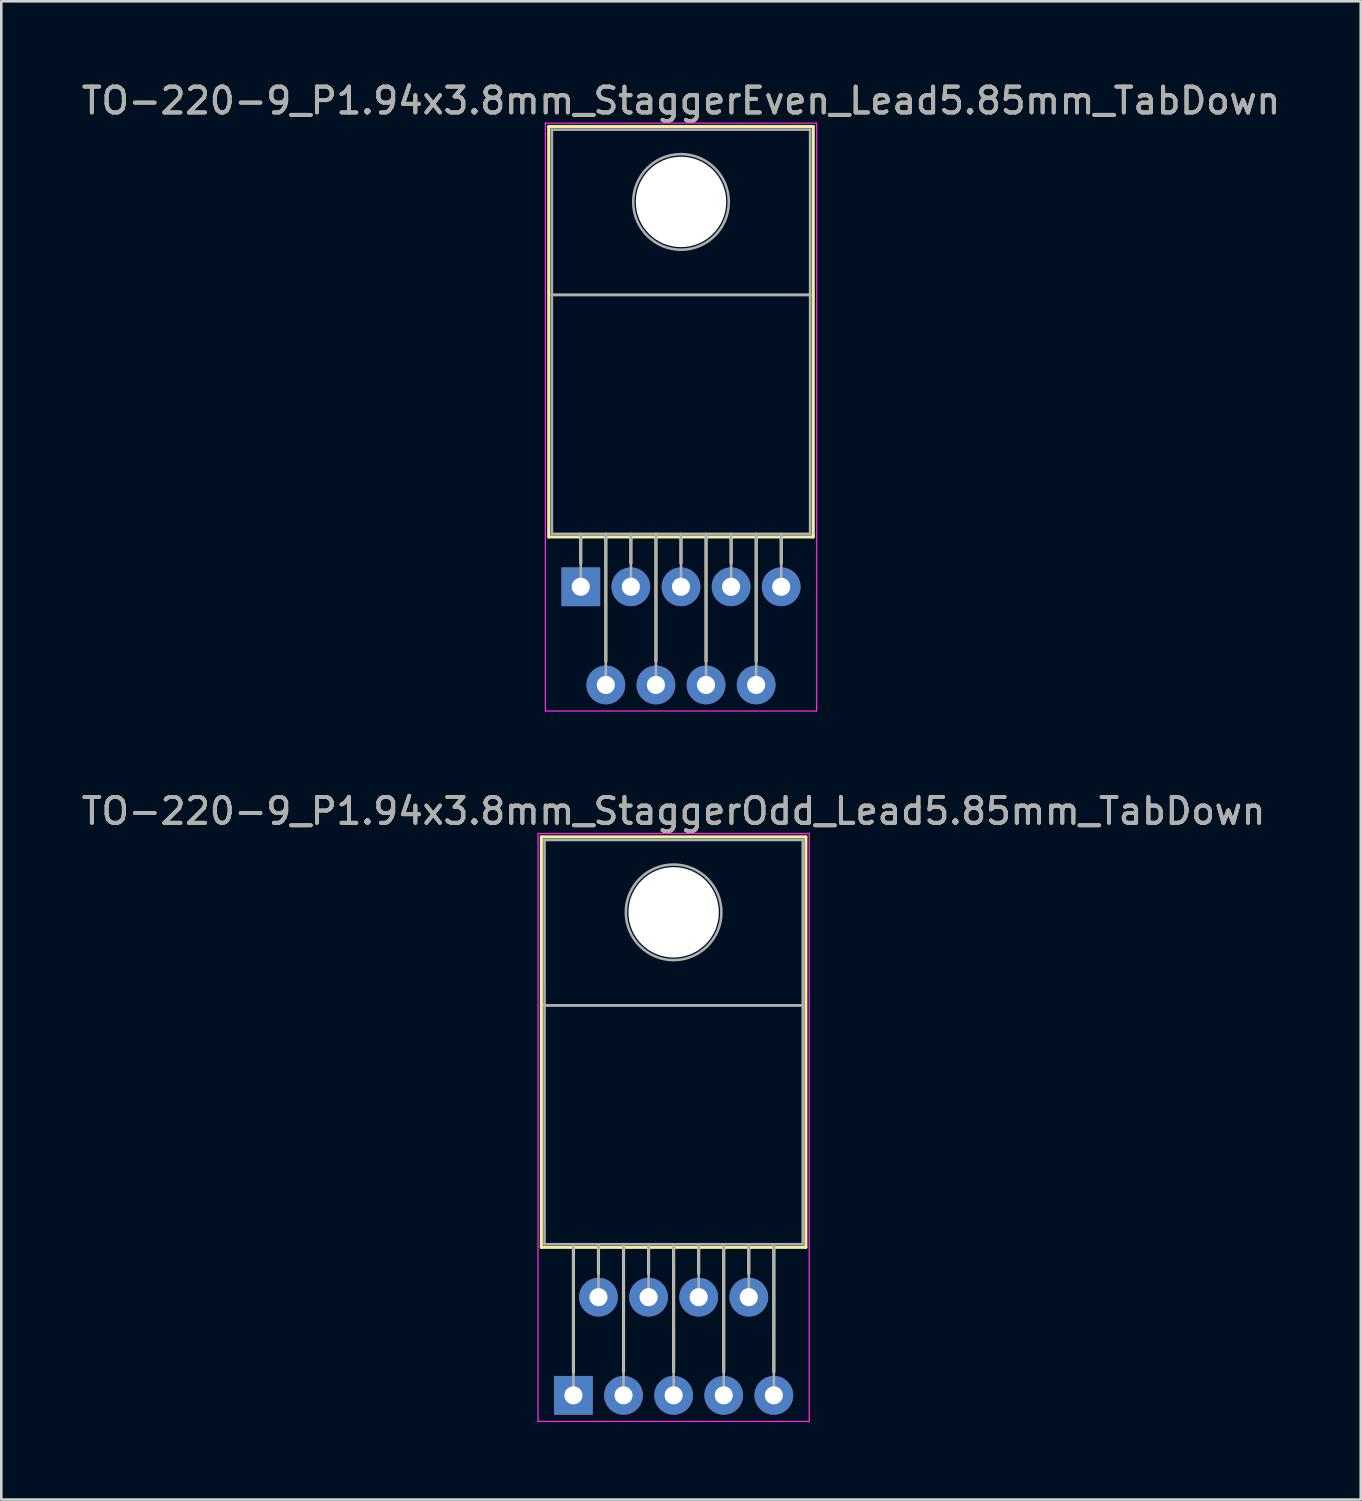
<source format=kicad_pcb>
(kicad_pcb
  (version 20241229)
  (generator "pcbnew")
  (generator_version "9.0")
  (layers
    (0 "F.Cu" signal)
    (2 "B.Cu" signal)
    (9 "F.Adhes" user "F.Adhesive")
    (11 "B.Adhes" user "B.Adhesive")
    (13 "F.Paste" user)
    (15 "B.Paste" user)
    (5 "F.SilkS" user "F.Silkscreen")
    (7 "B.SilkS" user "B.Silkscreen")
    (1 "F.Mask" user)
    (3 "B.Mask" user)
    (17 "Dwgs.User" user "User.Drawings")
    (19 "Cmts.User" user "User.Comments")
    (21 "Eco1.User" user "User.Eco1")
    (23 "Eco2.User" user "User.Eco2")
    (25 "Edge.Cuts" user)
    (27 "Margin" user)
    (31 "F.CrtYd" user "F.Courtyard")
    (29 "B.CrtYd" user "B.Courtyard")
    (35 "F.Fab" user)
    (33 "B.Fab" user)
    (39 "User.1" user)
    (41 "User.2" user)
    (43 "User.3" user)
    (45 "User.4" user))
  (footprint "TO-220-9_P1.94x3.8mm_StaggerEven_Lead5.85mm_TabDown"
    (layer "F.Cu")
    (at 19.435 19.668)
    (property "Reference" "TO-220-9_P1.94x3.8mm_StaggerEven_Lead5.85mm_TabDown" (at 3.88 -18.82 0) (layer "F.SilkS") (effects (font (size 1 1) (thickness 0.15))))
    (attr through_hole)
    (fp_line (start -1.241 -17.82) (end -1.241 -1.93) (stroke (width 0.12) (type solid)) (layer "F.SilkS"))
    (fp_line (start -1.241 -17.82) (end 9 -17.82) (stroke (width 0.12) (type solid)) (layer "F.SilkS"))
    (fp_line (start -1.241 -1.93) (end 9 -1.93) (stroke (width 0.12) (type solid)) (layer "F.SilkS"))
    (fp_line (start 0 -1.93) (end 0 -0.9) (stroke (width 0.12) (type solid)) (layer "F.SilkS"))
    (fp_line (start 0.97 -1.93) (end 0.97 2.885) (stroke (width 0.12) (type solid)) (layer "F.SilkS"))
    (fp_line (start 1.94 -1.93) (end 1.94 -0.916) (stroke (width 0.12) (type solid)) (layer "F.SilkS"))
    (fp_line (start 2.91 -1.93) (end 2.91 2.885) (stroke (width 0.12) (type solid)) (layer "F.SilkS"))
    (fp_line (start 3.88 -1.93) (end 3.88 -0.916) (stroke (width 0.12) (type solid)) (layer "F.SilkS"))
    (fp_line (start 4.85 -1.93) (end 4.85 2.885) (stroke (width 0.12) (type solid)) (layer "F.SilkS"))
    (fp_line (start 5.82 -1.93) (end 5.82 -0.916) (stroke (width 0.12) (type solid)) (layer "F.SilkS"))
    (fp_line (start 6.79 -1.93) (end 6.79 2.885) (stroke (width 0.12) (type solid)) (layer "F.SilkS"))
    (fp_line (start 7.76 -1.93) (end 7.76 -0.916) (stroke (width 0.12) (type solid)) (layer "F.SilkS"))
    (fp_line (start 9 -17.82) (end 9 -1.93) (stroke (width 0.12) (type solid)) (layer "F.SilkS"))
    (fp_line (start -1.37 -17.95) (end -1.37 4.81) (stroke (width 0.05) (type solid)) (layer "F.CrtYd"))
    (fp_line (start -1.37 4.81) (end 9.13 4.81) (stroke (width 0.05) (type solid)) (layer "F.CrtYd"))
    (fp_line (start 9.13 -17.95) (end -1.37 -17.95) (stroke (width 0.05) (type solid)) (layer "F.CrtYd"))
    (fp_line (start 9.13 4.81) (end 9.13 -17.95) (stroke (width 0.05) (type solid)) (layer "F.CrtYd"))
    (fp_line (start -1.12 -17.7) (end 8.88 -17.7) (stroke (width 0.1) (type solid)) (layer "F.Fab"))
    (fp_line (start -1.12 -11.3) (end -1.12 -17.7) (stroke (width 0.1) (type solid)) (layer "F.Fab"))
    (fp_line (start -1.12 -11.3) (end 8.88 -11.3) (stroke (width 0.1) (type solid)) (layer "F.Fab"))
    (fp_line (start -1.12 -2.05) (end -1.12 -11.3) (stroke (width 0.1) (type solid)) (layer "F.Fab"))
    (fp_line (start 0 -2.05) (end 0 0) (stroke (width 0.1) (type solid)) (layer "F.Fab"))
    (fp_line (start 0.97 -2.05) (end 0.97 3.8) (stroke (width 0.1) (type solid)) (layer "F.Fab"))
    (fp_line (start 1.94 -2.05) (end 1.94 0) (stroke (width 0.1) (type solid)) (layer "F.Fab"))
    (fp_line (start 2.91 -2.05) (end 2.91 3.8) (stroke (width 0.1) (type solid)) (layer "F.Fab"))
    (fp_line (start 3.88 -2.05) (end 3.88 0) (stroke (width 0.1) (type solid)) (layer "F.Fab"))
    (fp_line (start 4.85 -2.05) (end 4.85 3.8) (stroke (width 0.1) (type solid)) (layer "F.Fab"))
    (fp_line (start 5.82 -2.05) (end 5.82 0) (stroke (width 0.1) (type solid)) (layer "F.Fab"))
    (fp_line (start 6.79 -2.05) (end 6.79 3.8) (stroke (width 0.1) (type solid)) (layer "F.Fab"))
    (fp_line (start 7.76 -2.05) (end 7.76 0) (stroke (width 0.1) (type solid)) (layer "F.Fab"))
    (fp_line (start 8.88 -17.7) (end 8.88 -11.3) (stroke (width 0.1) (type solid)) (layer "F.Fab"))
    (fp_line (start 8.88 -11.3) (end -1.12 -11.3) (stroke (width 0.1) (type solid)) (layer "F.Fab"))
    (fp_line (start 8.88 -11.3) (end 8.88 -2.05) (stroke (width 0.1) (type solid)) (layer "F.Fab"))
    (fp_line (start 8.88 -2.05) (end -1.12 -2.05) (stroke (width 0.1) (type solid)) (layer "F.Fab"))
    (fp_circle (center 3.88 -14.9) (end 5.73 -14.9) (stroke (width 0.1) (type solid)) (fill no) (layer "F.Fab"))
    (fp_text user "${REFERENCE}" (at 3.88 -18.82 0) (layer "F.Fab") (effects (font (size 1 1) (thickness 0.15))))
    (pad "" np_thru_hole oval (at 3.88 -14.9) (size 3.5 3.5) (drill 3.5) (layers "*.Cu" "*.Mask"))
    (pad "1" thru_hole rect (at 0 0) (size 1.5 1.5) (drill 0.7) (layers "*.Cu" "*.Mask"))
    (pad "2" thru_hole oval (at 0.97 3.8) (size 1.5 1.5) (drill 0.7) (layers "*.Cu" "*.Mask"))
    (pad "3" thru_hole oval (at 1.94 0) (size 1.5 1.5) (drill 0.7) (layers "*.Cu" "*.Mask"))
    (pad "4" thru_hole oval (at 2.91 3.8) (size 1.5 1.5) (drill 0.7) (layers "*.Cu" "*.Mask"))
    (pad "5" thru_hole oval (at 3.88 0) (size 1.5 1.5) (drill 0.7) (layers "*.Cu" "*.Mask"))
    (pad "6" thru_hole oval (at 4.85 3.8) (size 1.5 1.5) (drill 0.7) (layers "*.Cu" "*.Mask"))
    (pad "7" thru_hole oval (at 5.82 0) (size 1.5 1.5) (drill 0.7) (layers "*.Cu" "*.Mask"))
    (pad "8" thru_hole oval (at 6.79 3.8) (size 1.5 1.5) (drill 0.7) (layers "*.Cu" "*.Mask"))
    (pad "9" thru_hole oval (at 7.76 0) (size 1.5 1.5) (drill 0.7) (layers "*.Cu" "*.Mask")))
  (footprint "TO-220-9_P1.94x3.8mm_StaggerOdd_Lead5.85mm_TabDown"
    (layer "F.Cu")
    (at 19.15 50.971)
    (property "Reference" "TO-220-9_P1.94x3.8mm_StaggerOdd_Lead5.85mm_TabDown" (at 3.88 -22.62 0) (layer "F.SilkS") (effects (font (size 1 1) (thickness 0.15))))
    (attr through_hole)
    (fp_line (start -1.241 -21.62) (end -1.241 -5.73) (stroke (width 0.12) (type solid)) (layer "F.SilkS"))
    (fp_line (start -1.241 -21.62) (end 9 -21.62) (stroke (width 0.12) (type solid)) (layer "F.SilkS"))
    (fp_line (start -1.241 -5.73) (end 9 -5.73) (stroke (width 0.12) (type solid)) (layer "F.SilkS"))
    (fp_line (start 0 -5.73) (end 0 -0.9) (stroke (width 0.12) (type solid)) (layer "F.SilkS"))
    (fp_line (start 0.97 -5.73) (end 0.97 -4.716) (stroke (width 0.12) (type solid)) (layer "F.SilkS"))
    (fp_line (start 1.94 -5.73) (end 1.94 -0.915) (stroke (width 0.12) (type solid)) (layer "F.SilkS"))
    (fp_line (start 2.91 -5.73) (end 2.91 -4.716) (stroke (width 0.12) (type solid)) (layer "F.SilkS"))
    (fp_line (start 3.88 -5.73) (end 3.88 -0.915) (stroke (width 0.12) (type solid)) (layer "F.SilkS"))
    (fp_line (start 4.85 -5.73) (end 4.85 -4.716) (stroke (width 0.12) (type solid)) (layer "F.SilkS"))
    (fp_line (start 5.82 -5.73) (end 5.82 -0.915) (stroke (width 0.12) (type solid)) (layer "F.SilkS"))
    (fp_line (start 6.79 -5.73) (end 6.79 -4.716) (stroke (width 0.12) (type solid)) (layer "F.SilkS"))
    (fp_line (start 7.76 -5.73) (end 7.76 -0.915) (stroke (width 0.12) (type solid)) (layer "F.SilkS"))
    (fp_line (start 9 -21.62) (end 9 -5.73) (stroke (width 0.12) (type solid)) (layer "F.SilkS"))
    (fp_line (start -1.37 -21.75) (end -1.37 1.01) (stroke (width 0.05) (type solid)) (layer "F.CrtYd"))
    (fp_line (start -1.37 1.01) (end 9.13 1.01) (stroke (width 0.05) (type solid)) (layer "F.CrtYd"))
    (fp_line (start 9.13 -21.75) (end -1.37 -21.75) (stroke (width 0.05) (type solid)) (layer "F.CrtYd"))
    (fp_line (start 9.13 1.01) (end 9.13 -21.75) (stroke (width 0.05) (type solid)) (layer "F.CrtYd"))
    (fp_line (start -1.12 -21.5) (end 8.88 -21.5) (stroke (width 0.1) (type solid)) (layer "F.Fab"))
    (fp_line (start -1.12 -15.1) (end -1.12 -21.5) (stroke (width 0.1) (type solid)) (layer "F.Fab"))
    (fp_line (start -1.12 -15.1) (end 8.88 -15.1) (stroke (width 0.1) (type solid)) (layer "F.Fab"))
    (fp_line (start -1.12 -5.85) (end -1.12 -15.1) (stroke (width 0.1) (type solid)) (layer "F.Fab"))
    (fp_line (start 0 -5.85) (end 0 0) (stroke (width 0.1) (type solid)) (layer "F.Fab"))
    (fp_line (start 0.97 -5.85) (end 0.97 -3.8) (stroke (width 0.1) (type solid)) (layer "F.Fab"))
    (fp_line (start 1.94 -5.85) (end 1.94 0) (stroke (width 0.1) (type solid)) (layer "F.Fab"))
    (fp_line (start 2.91 -5.85) (end 2.91 -3.8) (stroke (width 0.1) (type solid)) (layer "F.Fab"))
    (fp_line (start 3.88 -5.85) (end 3.88 0) (stroke (width 0.1) (type solid)) (layer "F.Fab"))
    (fp_line (start 4.85 -5.85) (end 4.85 -3.8) (stroke (width 0.1) (type solid)) (layer "F.Fab"))
    (fp_line (start 5.82 -5.85) (end 5.82 0) (stroke (width 0.1) (type solid)) (layer "F.Fab"))
    (fp_line (start 6.79 -5.85) (end 6.79 -3.8) (stroke (width 0.1) (type solid)) (layer "F.Fab"))
    (fp_line (start 7.76 -5.85) (end 7.76 0) (stroke (width 0.1) (type solid)) (layer "F.Fab"))
    (fp_line (start 8.88 -21.5) (end 8.88 -15.1) (stroke (width 0.1) (type solid)) (layer "F.Fab"))
    (fp_line (start 8.88 -15.1) (end -1.12 -15.1) (stroke (width 0.1) (type solid)) (layer "F.Fab"))
    (fp_line (start 8.88 -15.1) (end 8.88 -5.85) (stroke (width 0.1) (type solid)) (layer "F.Fab"))
    (fp_line (start 8.88 -5.85) (end -1.12 -5.85) (stroke (width 0.1) (type solid)) (layer "F.Fab"))
    (fp_circle (center 3.88 -18.7) (end 5.73 -18.7) (stroke (width 0.1) (type solid)) (fill no) (layer "F.Fab"))
    (fp_text user "${REFERENCE}" (at 3.88 -22.62 0) (layer "F.Fab") (effects (font (size 1 1) (thickness 0.15))))
    (pad "" np_thru_hole oval (at 3.88 -18.7) (size 3.5 3.5) (drill 3.5) (layers "*.Cu" "*.Mask"))
    (pad "1" thru_hole rect (at 0 0) (size 1.5 1.5) (drill 0.7) (layers "*.Cu" "*.Mask"))
    (pad "2" thru_hole oval (at 0.97 -3.8) (size 1.5 1.5) (drill 0.7) (layers "*.Cu" "*.Mask"))
    (pad "3" thru_hole oval (at 1.94 0) (size 1.5 1.5) (drill 0.7) (layers "*.Cu" "*.Mask"))
    (pad "4" thru_hole oval (at 2.91 -3.8) (size 1.5 1.5) (drill 0.7) (layers "*.Cu" "*.Mask"))
    (pad "5" thru_hole oval (at 3.88 0) (size 1.5 1.5) (drill 0.7) (layers "*.Cu" "*.Mask"))
    (pad "6" thru_hole oval (at 4.85 -3.8) (size 1.5 1.5) (drill 0.7) (layers "*.Cu" "*.Mask"))
    (pad "7" thru_hole oval (at 5.82 0) (size 1.5 1.5) (drill 0.7) (layers "*.Cu" "*.Mask"))
    (pad "8" thru_hole oval (at 6.79 -3.8) (size 1.5 1.5) (drill 0.7) (layers "*.Cu" "*.Mask"))
    (pad "9" thru_hole oval (at 7.76 0) (size 1.5 1.5) (drill 0.7) (layers "*.Cu" "*.Mask")))
  (gr_rect
    (start -3 -3)
    (end 49.631 55.007)
    (stroke (width 0.1) (type default))
    (fill no)
    (layer "Edge.Cuts")))
</source>
